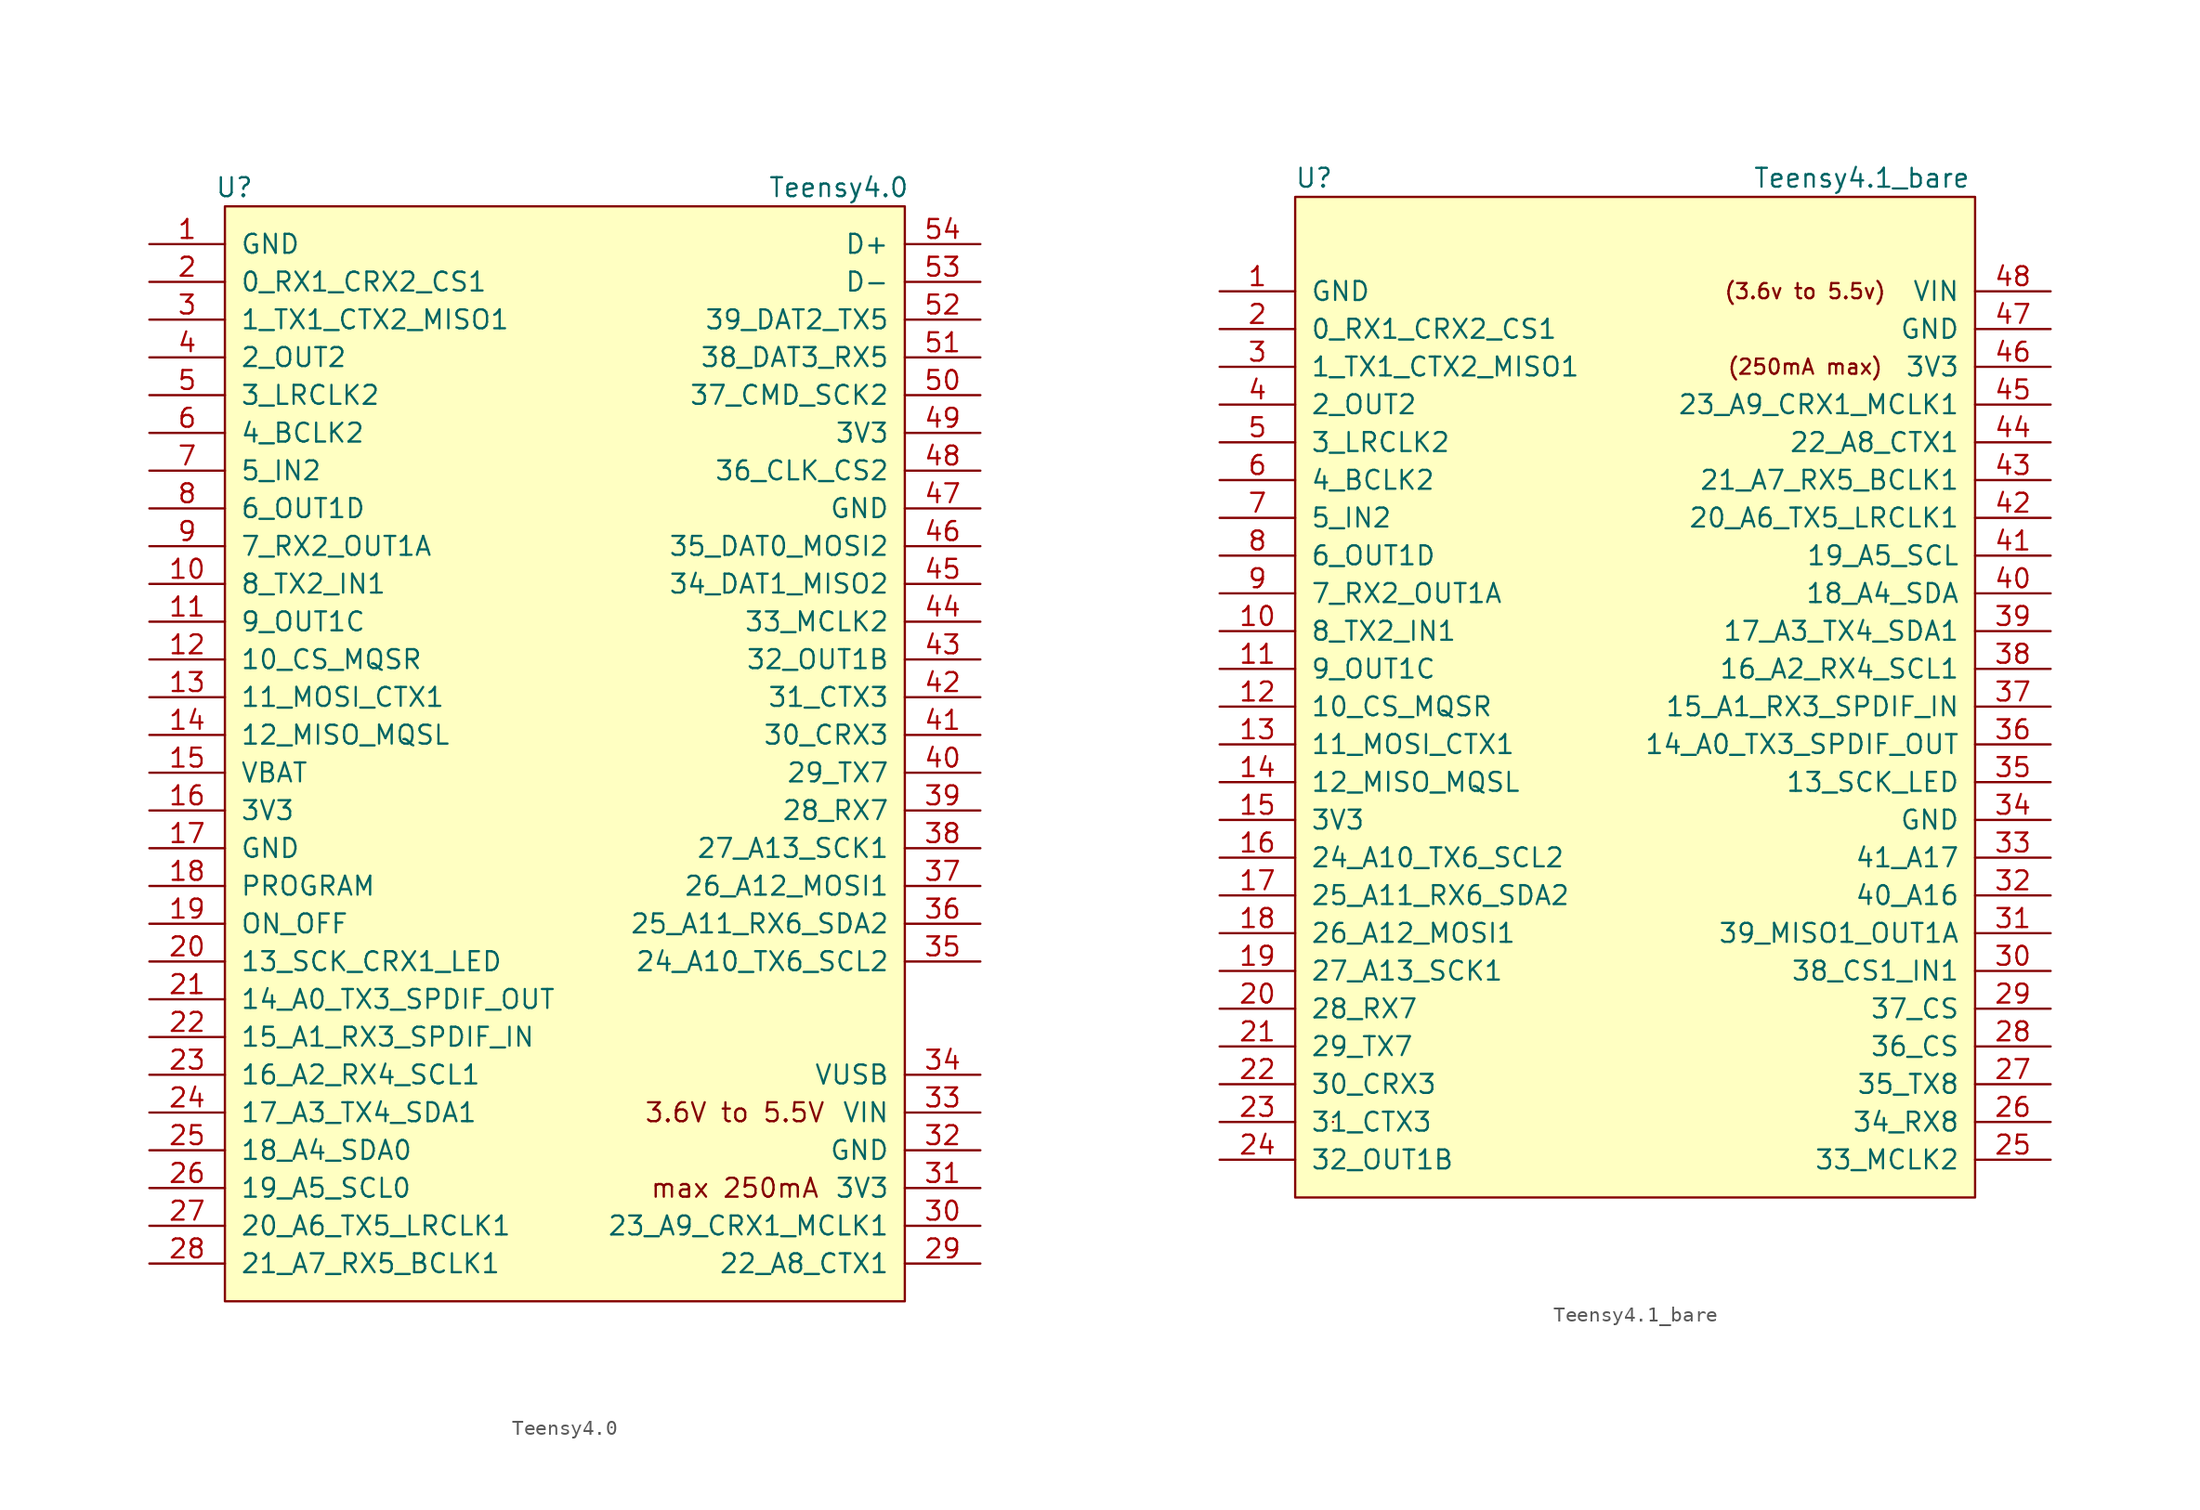
<source format=kicad_sym>
(kicad_symbol_lib
  (version 20231120)
  (generator "kicad_symbol_editor")
  (generator_version "8.0")
  (symbol "Teensy4.0"
    (pin_names
      (offset 1.016))
    (property "Reference" "U"
      (at -22.225 38.1 0)
      (effects (font (size 1.27 1.27))))
    (property "Value" "Teensy4.0"
      (at 18.415 38.1 0)
      (effects (font (size 1.27 1.27))))
    (symbol "Teensy4.0_0_0"
      (text "3.6V to 5.5V" (at 11.43 -24.13 0) (effects (font (size 1.27 1.27))))
      (text "max 250mA" (at 11.43 -29.21 0) (effects (font (size 1.27 1.27))))
      (pin bidirectional line (at -27.94 11.43 0) (length 5.08) (name "8_TX2_IN1" (effects (font (size 1.27 1.27)))) (number "10" (effects (font (size 1.27 1.27)))))
      (pin bidirectional line (at -27.94 8.89 0) (length 5.08) (name "9_OUT1C" (effects (font (size 1.27 1.27)))) (number "11" (effects (font (size 1.27 1.27)))))
      (pin bidirectional line (at -27.94 6.35 0) (length 5.08) (name "10_CS_MQSR" (effects (font (size 1.27 1.27)))) (number "12" (effects (font (size 1.27 1.27)))))
      (pin bidirectional line (at -27.94 3.81 0) (length 5.08) (name "11_MOSI_CTX1" (effects (font (size 1.27 1.27)))) (number "13" (effects (font (size 1.27 1.27)))))
      (pin bidirectional line (at -27.94 1.27 0) (length 5.08) (name "12_MISO_MQSL" (effects (font (size 1.27 1.27)))) (number "14" (effects (font (size 1.27 1.27)))))
      (pin power_in line (at -27.94 -1.27 0) (length 5.08) (name "VBAT" (effects (font (size 1.27 1.27)))) (number "15" (effects (font (size 1.27 1.27)))))
      (pin power_in line (at -27.94 -3.81 0) (length 5.08) (name "3V3" (effects (font (size 1.27 1.27)))) (number "16" (effects (font (size 1.27 1.27)))))
      (pin power_in line (at -27.94 -6.35 0) (length 5.08) (name "GND" (effects (font (size 1.27 1.27)))) (number "17" (effects (font (size 1.27 1.27)))))
      (pin input line (at -27.94 -8.89 0) (length 5.08) (name "PROGRAM" (effects (font (size 1.27 1.27)))) (number "18" (effects (font (size 1.27 1.27)))))
      (pin input line (at -27.94 -11.43 0) (length 5.08) (name "ON_OFF" (effects (font (size 1.27 1.27)))) (number "19" (effects (font (size 1.27 1.27)))))
      (pin bidirectional line (at -27.94 -13.97 0) (length 5.08) (name "13_SCK_CRX1_LED" (effects (font (size 1.27 1.27)))) (number "20" (effects (font (size 1.27 1.27)))))
      (pin bidirectional line (at -27.94 -16.51 0) (length 5.08) (name "14_A0_TX3_SPDIF_OUT" (effects (font (size 1.27 1.27)))) (number "21" (effects (font (size 1.27 1.27)))))
      (pin bidirectional line (at -27.94 -19.05 0) (length 5.08) (name "15_A1_RX3_SPDIF_IN" (effects (font (size 1.27 1.27)))) (number "22" (effects (font (size 1.27 1.27)))))
      (pin bidirectional line (at -27.94 -21.59 0) (length 5.08) (name "16_A2_RX4_SCL1" (effects (font (size 1.27 1.27)))) (number "23" (effects (font (size 1.27 1.27)))))
      (pin bidirectional line (at -27.94 -24.13 0) (length 5.08) (name "17_A3_TX4_SDA1" (effects (font (size 1.27 1.27)))) (number "24" (effects (font (size 1.27 1.27)))))
      (pin bidirectional line (at -27.94 -26.67 0) (length 5.08) (name "18_A4_SDA0" (effects (font (size 1.27 1.27)))) (number "25" (effects (font (size 1.27 1.27)))))
      (pin bidirectional line (at -27.94 -29.21 0) (length 5.08) (name "19_A5_SCL0" (effects (font (size 1.27 1.27)))) (number "26" (effects (font (size 1.27 1.27)))))
      (pin bidirectional line (at -27.94 -31.75 0) (length 5.08) (name "20_A6_TX5_LRCLK1" (effects (font (size 1.27 1.27)))) (number "27" (effects (font (size 1.27 1.27)))))
      (pin bidirectional line (at -27.94 -34.29 0) (length 5.08) (name "21_A7_RX5_BCLK1" (effects (font (size 1.27 1.27)))) (number "28" (effects (font (size 1.27 1.27)))))
      (pin bidirectional line (at 27.94 -34.29 180) (length 5.08) (name "22_A8_CTX1" (effects (font (size 1.27 1.27)))) (number "29" (effects (font (size 1.27 1.27)))))
      (pin bidirectional line (at 27.94 -31.75 180) (length 5.08) (name "23_A9_CRX1_MCLK1" (effects (font (size 1.27 1.27)))) (number "30" (effects (font (size 1.27 1.27)))))
      (pin power_out line (at 27.94 -29.21 180) (length 5.08) (name "3V3" (effects (font (size 1.27 1.27)))) (number "31" (effects (font (size 1.27 1.27)))))
      (pin power_in line (at 27.94 -26.67 180) (length 5.08) (name "GND" (effects (font (size 1.27 1.27)))) (number "32" (effects (font (size 1.27 1.27)))))
      (pin power_in line (at 27.94 -24.13 180) (length 5.08) (name "VIN" (effects (font (size 1.27 1.27)))) (number "33" (effects (font (size 1.27 1.27)))))
      (pin power_out line (at 27.94 -21.59 180) (length 5.08) (name "VUSB" (effects (font (size 1.27 1.27)))) (number "34" (effects (font (size 1.27 1.27)))))
      (pin bidirectional line (at 27.94 -13.97 180) (length 5.08) (name "24_A10_TX6_SCL2" (effects (font (size 1.27 1.27)))) (number "35" (effects (font (size 1.27 1.27)))))
      (pin bidirectional line (at 27.94 -11.43 180) (length 5.08) (name "25_A11_RX6_SDA2" (effects (font (size 1.27 1.27)))) (number "36" (effects (font (size 1.27 1.27)))))
      (pin bidirectional line (at 27.94 -8.89 180) (length 5.08) (name "26_A12_MOSI1" (effects (font (size 1.27 1.27)))) (number "37" (effects (font (size 1.27 1.27)))))
      (pin bidirectional line (at 27.94 -6.35 180) (length 5.08) (name "27_A13_SCK1" (effects (font (size 1.27 1.27)))) (number "38" (effects (font (size 1.27 1.27)))))
      (pin bidirectional line (at 27.94 -3.81 180) (length 5.08) (name "28_RX7" (effects (font (size 1.27 1.27)))) (number "39" (effects (font (size 1.27 1.27)))))
      (pin bidirectional line (at 27.94 -1.27 180) (length 5.08) (name "29_TX7" (effects (font (size 1.27 1.27)))) (number "40" (effects (font (size 1.27 1.27)))))
      (pin bidirectional line (at 27.94 1.27 180) (length 5.08) (name "30_CRX3" (effects (font (size 1.27 1.27)))) (number "41" (effects (font (size 1.27 1.27)))))
      (pin bidirectional line (at 27.94 3.81 180) (length 5.08) (name "31_CTX3" (effects (font (size 1.27 1.27)))) (number "42" (effects (font (size 1.27 1.27)))))
      (pin bidirectional line (at 27.94 6.35 180) (length 5.08) (name "32_OUT1B" (effects (font (size 1.27 1.27)))) (number "43" (effects (font (size 1.27 1.27)))))
      (pin bidirectional line (at 27.94 8.89 180) (length 5.08) (name "33_MCLK2" (effects (font (size 1.27 1.27)))) (number "44" (effects (font (size 1.27 1.27)))))
      (pin bidirectional line (at 27.94 11.43 180) (length 5.08) (name "34_DAT1_MISO2" (effects (font (size 1.27 1.27)))) (number "45" (effects (font (size 1.27 1.27)))))
      (pin bidirectional line (at 27.94 13.97 180) (length 5.08) (name "35_DAT0_MOSI2" (effects (font (size 1.27 1.27)))) (number "46" (effects (font (size 1.27 1.27)))))
      (pin power_out line (at 27.94 16.51 180) (length 5.08) (name "GND" (effects (font (size 1.27 1.27)))) (number "47" (effects (font (size 1.27 1.27)))))
      (pin bidirectional line (at 27.94 19.05 180) (length 5.08) (name "36_CLK_CS2" (effects (font (size 1.27 1.27)))) (number "48" (effects (font (size 1.27 1.27)))))
      (pin power_out line (at 27.94 21.59 180) (length 5.08) (name "3V3" (effects (font (size 1.27 1.27)))) (number "49" (effects (font (size 1.27 1.27)))))
      (pin bidirectional line (at -27.94 24.13 0) (length 5.08) (name "3_LRCLK2" (effects (font (size 1.27 1.27)))) (number "5" (effects (font (size 1.27 1.27)))))
      (pin bidirectional line (at 27.94 24.13 180) (length 5.08) (name "37_CMD_SCK2" (effects (font (size 1.27 1.27)))) (number "50" (effects (font (size 1.27 1.27)))))
      (pin bidirectional line (at 27.94 26.67 180) (length 5.08) (name "38_DAT3_RX5" (effects (font (size 1.27 1.27)))) (number "51" (effects (font (size 1.27 1.27)))))
      (pin bidirectional line (at 27.94 29.21 180) (length 5.08) (name "39_DAT2_TX5" (effects (font (size 1.27 1.27)))) (number "52" (effects (font (size 1.27 1.27)))))
      (pin bidirectional line (at 27.94 31.75 180) (length 5.08) (name "D-" (effects (font (size 1.27 1.27)))) (number "53" (effects (font (size 1.27 1.27)))))
      (pin bidirectional line (at 27.94 34.29 180) (length 5.08) (name "D+" (effects (font (size 1.27 1.27)))) (number "54" (effects (font (size 1.27 1.27)))))
      (pin bidirectional line (at -27.94 21.59 0) (length 5.08) (name "4_BCLK2" (effects (font (size 1.27 1.27)))) (number "6" (effects (font (size 1.27 1.27)))))
      (pin bidirectional line (at -27.94 19.05 0) (length 5.08) (name "5_IN2" (effects (font (size 1.27 1.27)))) (number "7" (effects (font (size 1.27 1.27)))))
      (pin bidirectional line (at -27.94 16.51 0) (length 5.08) (name "6_OUT1D" (effects (font (size 1.27 1.27)))) (number "8" (effects (font (size 1.27 1.27)))))
      (pin bidirectional line (at -27.94 13.97 0) (length 5.08) (name "7_RX2_OUT1A" (effects (font (size 1.27 1.27)))) (number "9" (effects (font (size 1.27 1.27))))))
    (symbol "Teensy4.0_0_1"
      (rectangle (start -22.86 36.83) (end 22.86 -36.83) (stroke (width 0) (type default)) (fill (type background)))
      (rectangle (start -20.32 -31.75) (end -20.32 -31.75) (stroke (width 0) (type default)) (fill (type none))))
    (symbol "Teensy4.0_1_1"
      (pin power_in line (at -27.94 34.29 0) (length 5.08) (name "GND" (effects (font (size 1.27 1.27)))) (number "1" (effects (font (size 1.27 1.27)))))
      (pin bidirectional line (at -27.94 31.75 0) (length 5.08) (name "0_RX1_CRX2_CS1" (effects (font (size 1.27 1.27)))) (number "2" (effects (font (size 1.27 1.27)))))
      (pin bidirectional line (at -27.94 29.21 0) (length 5.08) (name "1_TX1_CTX2_MISO1" (effects (font (size 1.27 1.27)))) (number "3" (effects (font (size 1.27 1.27)))))
      (pin bidirectional line (at -27.94 26.67 0) (length 5.08) (name "2_OUT2" (effects (font (size 1.27 1.27)))) (number "4" (effects (font (size 1.27 1.27)))))))
  (symbol "Teensy4.1_bare"
    (pin_names
      (offset 1.016))
    (property "Reference" "U"
      (at -21.59 62.23 0)
      (effects (font (size 1.27 1.27))))
    (property "Value" "Teensy4.1_bare"
      (at 15.24 62.23 0)
      (effects (font (size 1.27 1.27))))
    (symbol "Teensy4.1_bare_0_0"
      (text "(250mA max)" (at 11.43 49.53 0) (effects (font (size 1.016 1.016))))
      (text "(3.6v to 5.5v)" (at 11.43 54.61 0) (effects (font (size 1.016 1.016))))
      (pin bidirectional line (at -27.94 31.75 0) (length 5.08) (name "8_TX2_IN1" (effects (font (size 1.27 1.27)))) (number "10" (effects (font (size 1.27 1.27)))))
      (pin bidirectional line (at -27.94 29.21 0) (length 5.08) (name "9_OUT1C" (effects (font (size 1.27 1.27)))) (number "11" (effects (font (size 1.27 1.27)))))
      (pin bidirectional line (at -27.94 26.67 0) (length 5.08) (name "10_CS_MQSR" (effects (font (size 1.27 1.27)))) (number "12" (effects (font (size 1.27 1.27)))))
      (pin bidirectional line (at -27.94 24.13 0) (length 5.08) (name "11_MOSI_CTX1" (effects (font (size 1.27 1.27)))) (number "13" (effects (font (size 1.27 1.27)))))
      (pin bidirectional line (at -27.94 21.59 0) (length 5.08) (name "12_MISO_MQSL" (effects (font (size 1.27 1.27)))) (number "14" (effects (font (size 1.27 1.27)))))
      (pin power_in line (at -27.94 19.05 0) (length 5.08) (name "3V3" (effects (font (size 1.27 1.27)))) (number "15" (effects (font (size 1.27 1.27)))))
      (pin bidirectional line (at -27.94 16.51 0) (length 5.08) (name "24_A10_TX6_SCL2" (effects (font (size 1.27 1.27)))) (number "16" (effects (font (size 1.27 1.27)))))
      (pin bidirectional line (at -27.94 13.97 0) (length 5.08) (name "25_A11_RX6_SDA2" (effects (font (size 1.27 1.27)))) (number "17" (effects (font (size 1.27 1.27)))))
      (pin bidirectional line (at -27.94 11.43 0) (length 5.08) (name "26_A12_MOSI1" (effects (font (size 1.27 1.27)))) (number "18" (effects (font (size 1.27 1.27)))))
      (pin bidirectional line (at -27.94 8.89 0) (length 5.08) (name "27_A13_SCK1" (effects (font (size 1.27 1.27)))) (number "19" (effects (font (size 1.27 1.27)))))
      (pin bidirectional line (at -27.94 6.35 0) (length 5.08) (name "28_RX7" (effects (font (size 1.27 1.27)))) (number "20" (effects (font (size 1.27 1.27)))))
      (pin bidirectional line (at -27.94 3.81 0) (length 5.08) (name "29_TX7" (effects (font (size 1.27 1.27)))) (number "21" (effects (font (size 1.27 1.27)))))
      (pin bidirectional line (at -27.94 1.27 0) (length 5.08) (name "30_CRX3" (effects (font (size 1.27 1.27)))) (number "22" (effects (font (size 1.27 1.27)))))
      (pin bidirectional line (at -27.94 -1.27 0) (length 5.08) (name "31_CTX3" (effects (font (size 1.27 1.27)))) (number "23" (effects (font (size 1.27 1.27)))))
      (pin bidirectional line (at -27.94 -3.81 0) (length 5.08) (name "32_OUT1B" (effects (font (size 1.27 1.27)))) (number "24" (effects (font (size 1.27 1.27)))))
      (pin bidirectional line (at 27.94 -3.81 180) (length 5.08) (name "33_MCLK2" (effects (font (size 1.27 1.27)))) (number "25" (effects (font (size 1.27 1.27)))))
      (pin bidirectional line (at 27.94 -1.27 180) (length 5.08) (name "34_RX8" (effects (font (size 1.27 1.27)))) (number "26" (effects (font (size 1.27 1.27)))))
      (pin bidirectional line (at 27.94 1.27 180) (length 5.08) (name "35_TX8" (effects (font (size 1.27 1.27)))) (number "27" (effects (font (size 1.27 1.27)))))
      (pin bidirectional line (at 27.94 3.81 180) (length 5.08) (name "36_CS" (effects (font (size 1.27 1.27)))) (number "28" (effects (font (size 1.27 1.27)))))
      (pin bidirectional line (at 27.94 6.35 180) (length 5.08) (name "37_CS" (effects (font (size 1.27 1.27)))) (number "29" (effects (font (size 1.27 1.27)))))
      (pin bidirectional line (at 27.94 8.89 180) (length 5.08) (name "38_CS1_IN1" (effects (font (size 1.27 1.27)))) (number "30" (effects (font (size 1.27 1.27)))))
      (pin bidirectional line (at 27.94 11.43 180) (length 5.08) (name "39_MISO1_OUT1A" (effects (font (size 1.27 1.27)))) (number "31" (effects (font (size 1.27 1.27)))))
      (pin bidirectional line (at 27.94 13.97 180) (length 5.08) (name "40_A16" (effects (font (size 1.27 1.27)))) (number "32" (effects (font (size 1.27 1.27)))))
      (pin bidirectional line (at 27.94 16.51 180) (length 5.08) (name "41_A17" (effects (font (size 1.27 1.27)))) (number "33" (effects (font (size 1.27 1.27)))))
      (pin bidirectional line (at 27.94 21.59 180) (length 5.08) (name "13_SCK_LED" (effects (font (size 1.27 1.27)))) (number "35" (effects (font (size 1.27 1.27)))))
      (pin bidirectional line (at 27.94 24.13 180) (length 5.08) (name "14_A0_TX3_SPDIF_OUT" (effects (font (size 1.27 1.27)))) (number "36" (effects (font (size 1.27 1.27)))))
      (pin bidirectional line (at 27.94 26.67 180) (length 5.08) (name "15_A1_RX3_SPDIF_IN" (effects (font (size 1.27 1.27)))) (number "37" (effects (font (size 1.27 1.27)))))
      (pin bidirectional line (at 27.94 29.21 180) (length 5.08) (name "16_A2_RX4_SCL1" (effects (font (size 1.27 1.27)))) (number "38" (effects (font (size 1.27 1.27)))))
      (pin bidirectional line (at 27.94 31.75 180) (length 5.08) (name "17_A3_TX4_SDA1" (effects (font (size 1.27 1.27)))) (number "39" (effects (font (size 1.27 1.27)))))
      (pin bidirectional line (at 27.94 34.29 180) (length 5.08) (name "18_A4_SDA" (effects (font (size 1.27 1.27)))) (number "40" (effects (font (size 1.27 1.27)))))
      (pin bidirectional line (at 27.94 36.83 180) (length 5.08) (name "19_A5_SCL" (effects (font (size 1.27 1.27)))) (number "41" (effects (font (size 1.27 1.27)))))
      (pin bidirectional line (at 27.94 39.37 180) (length 5.08) (name "20_A6_TX5_LRCLK1" (effects (font (size 1.27 1.27)))) (number "42" (effects (font (size 1.27 1.27)))))
      (pin bidirectional line (at 27.94 41.91 180) (length 5.08) (name "21_A7_RX5_BCLK1" (effects (font (size 1.27 1.27)))) (number "43" (effects (font (size 1.27 1.27)))))
      (pin bidirectional line (at 27.94 44.45 180) (length 5.08) (name "22_A8_CTX1" (effects (font (size 1.27 1.27)))) (number "44" (effects (font (size 1.27 1.27)))))
      (pin bidirectional line (at 27.94 46.99 180) (length 5.08) (name "23_A9_CRX1_MCLK1" (effects (font (size 1.27 1.27)))) (number "45" (effects (font (size 1.27 1.27)))))
      (pin power_in line (at 27.94 49.53 180) (length 5.08) (name "3V3" (effects (font (size 1.27 1.27)))) (number "46" (effects (font (size 1.27 1.27)))))
      (pin power_in line (at 27.94 52.07 180) (length 5.08) (name "GND" (effects (font (size 1.27 1.27)))) (number "47" (effects (font (size 1.27 1.27)))))
      (pin power_in line (at 27.94 54.61 180) (length 5.08) (name "VIN" (effects (font (size 1.27 1.27)))) (number "48" (effects (font (size 1.27 1.27)))))
      (pin bidirectional line (at -27.94 44.45 0) (length 5.08) (name "3_LRCLK2" (effects (font (size 1.27 1.27)))) (number "5" (effects (font (size 1.27 1.27)))))
      (pin bidirectional line (at -27.94 41.91 0) (length 5.08) (name "4_BCLK2" (effects (font (size 1.27 1.27)))) (number "6" (effects (font (size 1.27 1.27)))))
      (pin bidirectional line (at -27.94 39.37 0) (length 5.08) (name "5_IN2" (effects (font (size 1.27 1.27)))) (number "7" (effects (font (size 1.27 1.27)))))
      (pin bidirectional line (at -27.94 36.83 0) (length 5.08) (name "6_OUT1D" (effects (font (size 1.27 1.27)))) (number "8" (effects (font (size 1.27 1.27)))))
      (pin bidirectional line (at -27.94 34.29 0) (length 5.08) (name "7_RX2_OUT1A" (effects (font (size 1.27 1.27)))) (number "9" (effects (font (size 1.27 1.27))))))
    (symbol "Teensy4.1_bare_0_1"
      (rectangle (start -22.86 60.96) (end 22.86 -6.35) (stroke (width 0) (type default)) (fill (type background)))
      (rectangle (start -20.32 -1.27) (end -20.32 -1.27) (stroke (width 0) (type default)) (fill (type none))))
    (symbol "Teensy4.1_bare_1_1"
      (pin power_in line (at -27.94 54.61 0) (length 5.08) (name "GND" (effects (font (size 1.27 1.27)))) (number "1" (effects (font (size 1.27 1.27)))))
      (pin bidirectional line (at -27.94 52.07 0) (length 5.08) (name "0_RX1_CRX2_CS1" (effects (font (size 1.27 1.27)))) (number "2" (effects (font (size 1.27 1.27)))))
      (pin bidirectional line (at -27.94 49.53 0) (length 5.08) (name "1_TX1_CTX2_MISO1" (effects (font (size 1.27 1.27)))) (number "3" (effects (font (size 1.27 1.27)))))
      (pin power_in line (at 27.94 19.05 180) (length 5.08) (name "GND" (effects (font (size 1.27 1.27)))) (number "34" (effects (font (size 1.27 1.27)))))
      (pin bidirectional line (at -27.94 46.99 0) (length 5.08) (name "2_OUT2" (effects (font (size 1.27 1.27)))) (number "4" (effects (font (size 1.27 1.27))))))))
</source>
